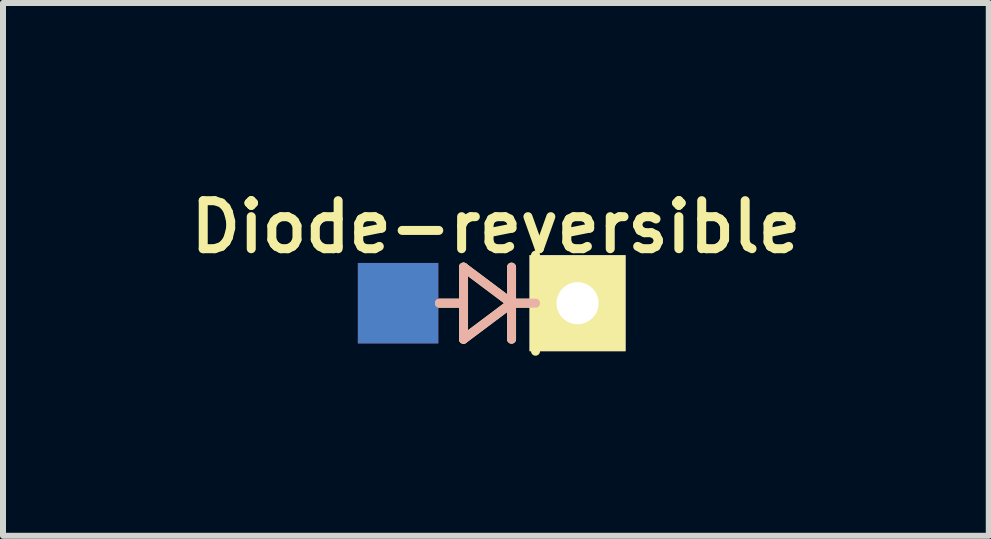
<source format=kicad_pcb>
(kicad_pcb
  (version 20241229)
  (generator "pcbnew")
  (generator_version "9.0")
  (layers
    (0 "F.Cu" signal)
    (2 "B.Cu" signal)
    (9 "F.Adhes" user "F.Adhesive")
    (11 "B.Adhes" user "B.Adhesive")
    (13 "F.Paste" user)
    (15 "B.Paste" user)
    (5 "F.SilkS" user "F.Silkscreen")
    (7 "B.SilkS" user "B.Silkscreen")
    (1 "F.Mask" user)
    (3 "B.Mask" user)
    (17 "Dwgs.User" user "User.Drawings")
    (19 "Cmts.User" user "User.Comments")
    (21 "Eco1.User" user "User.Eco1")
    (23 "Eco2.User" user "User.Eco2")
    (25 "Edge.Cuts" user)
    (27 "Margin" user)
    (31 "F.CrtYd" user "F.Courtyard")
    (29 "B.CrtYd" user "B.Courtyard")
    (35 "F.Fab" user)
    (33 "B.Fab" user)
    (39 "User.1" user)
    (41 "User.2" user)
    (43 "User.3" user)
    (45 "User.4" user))
  (footprint "Diode-reversible"
    (layer "F.Cu")
    (at 5.212 2.001)
    (property "Reference" "Diode-reversible" (at 0 -1.27 0) (layer "F.SilkS") (effects (font (size 0.8 0.8) (thickness 0.15))))
    (attr smd)
    (fp_line (start -0.54 -0.6) (end -0.54 0.6) (stroke (width 0.15) (type solid)) (layer "F.SilkS"))
    (fp_line (start -0.54 -0.6) (end 0.26 0) (stroke (width 0.15) (type solid)) (layer "F.SilkS"))
    (fp_line (start -0.54 0) (end -0.94 0) (stroke (width 0.15) (type solid)) (layer "F.SilkS"))
    (fp_line (start 0.26 -0.6) (end 0.26 0.6) (stroke (width 0.15) (type solid)) (layer "F.SilkS"))
    (fp_line (start 0.26 0) (end -0.54 0.6) (stroke (width 0.15) (type solid)) (layer "F.SilkS"))
    (fp_line (start 0.26 0) (end 0.66 0) (stroke (width 0.15) (type solid)) (layer "F.SilkS"))
    (fp_line (start 0.66 0.8) (end 0.66 -0.8) (stroke (width 0.15) (type solid)) (layer "F.SilkS"))
    (fp_line (start -0.54 -0.6) (end -0.54 0.6) (stroke (width 0.15) (type solid)) (layer "B.SilkS"))
    (fp_line (start -0.54 0) (end -0.94 0) (stroke (width 0.15) (type solid)) (layer "B.SilkS"))
    (fp_line (start -0.54 0.6) (end 0.26 0) (stroke (width 0.15) (type solid)) (layer "B.SilkS"))
    (fp_line (start 0.26 -0.6) (end 0.26 0.6) (stroke (width 0.15) (type solid)) (layer "B.SilkS"))
    (fp_line (start 0.26 0) (end -0.54 -0.6) (stroke (width 0.15) (type solid)) (layer "B.SilkS"))
    (fp_line (start 0.26 0) (end 0.66 0) (stroke (width 0.15) (type solid)) (layer "B.SilkS"))
    (pad "1" thru_hole rect (at 1.36 0) (size 1.6 1.6) (drill 0.7) (layers "*.Cu" "*.Mask" "F.SilkS"))
    (pad "2" smd rect (at -1.63 0) (size 1.34 1.34) (layers "F.Cu" "F.Mask" "F.Paste"))
    (pad "2" smd rect (at -1.63 0) (size 1.34 1.34) (layers "B.Cu" "B.Mask" "B.Paste")))
  (gr_rect
    (start -3 -3)
    (end 13.423 5.876)
    (stroke (width 0.1) (type default))
    (fill no)
    (layer "Edge.Cuts")))
</source>
